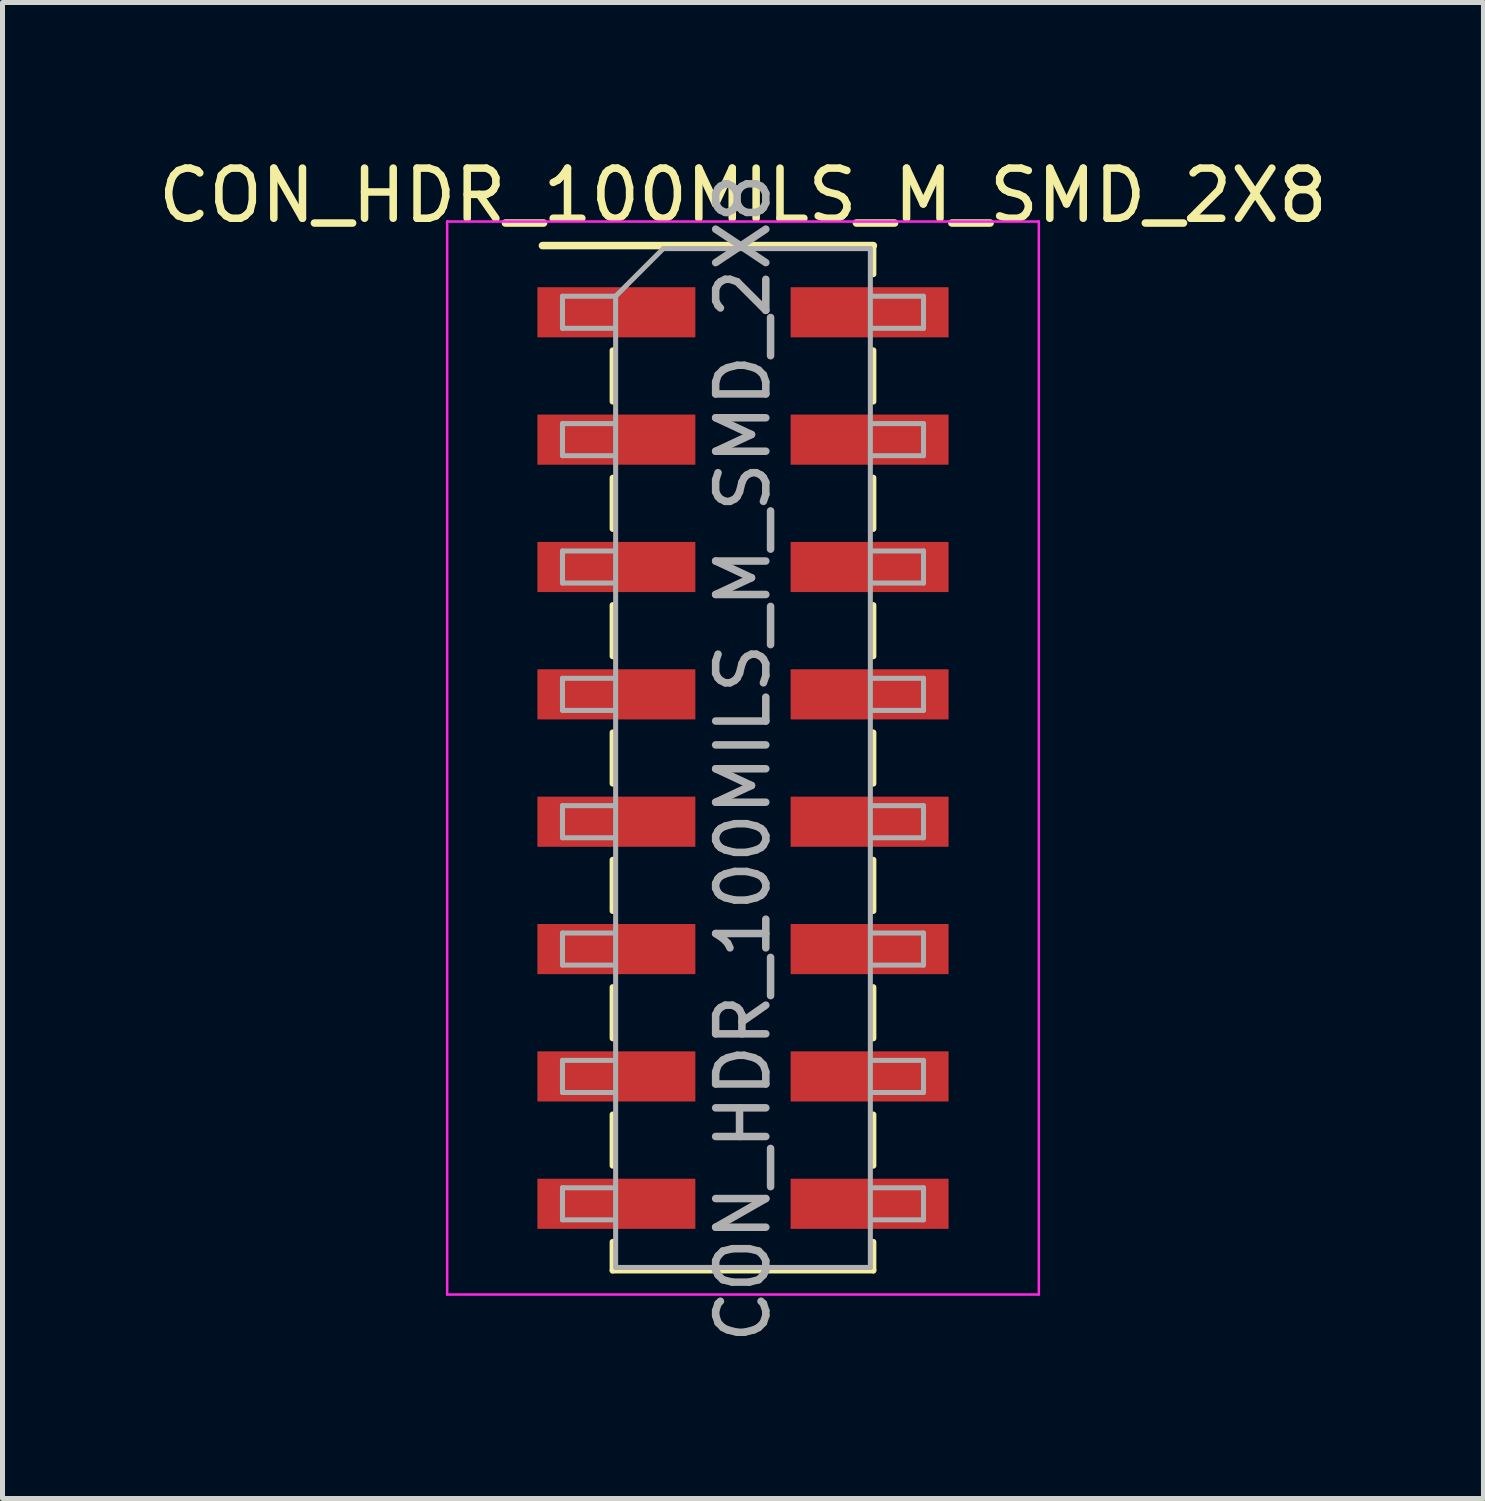
<source format=kicad_pcb>
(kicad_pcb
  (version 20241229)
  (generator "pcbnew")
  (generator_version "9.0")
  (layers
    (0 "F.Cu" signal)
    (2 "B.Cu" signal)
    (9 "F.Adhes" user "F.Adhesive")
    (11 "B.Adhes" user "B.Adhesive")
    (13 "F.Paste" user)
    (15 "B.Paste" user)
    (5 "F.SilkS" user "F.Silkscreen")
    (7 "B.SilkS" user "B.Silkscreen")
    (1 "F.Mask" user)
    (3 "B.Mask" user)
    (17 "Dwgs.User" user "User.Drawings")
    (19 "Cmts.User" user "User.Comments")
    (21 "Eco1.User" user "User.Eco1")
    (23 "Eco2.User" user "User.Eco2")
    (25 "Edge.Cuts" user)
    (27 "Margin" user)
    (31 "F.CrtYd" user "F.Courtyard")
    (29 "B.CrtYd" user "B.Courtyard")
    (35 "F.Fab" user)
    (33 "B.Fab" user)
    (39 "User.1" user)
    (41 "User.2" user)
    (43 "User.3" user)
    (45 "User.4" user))
  (footprint "CON_HDR_100MILS_M_SMD_2X8"
    (layer "F.Cu")
    (at 11.768 12.068)
    (property "Reference" "CON_HDR_100MILS_M_SMD_2X8" (at 0 -11.22 0) (layer "F.SilkS") (effects (font (size 1 1) (thickness 0.15))))
    (attr smd)
    (fp_line (start -4 -10.22) (end 2.6 -10.22) (stroke (width 0.15) (type solid)) (layer "F.SilkS"))
    (fp_line (start -2.6 -8.13) (end -2.6 -7.11) (stroke (width 0.12) (type solid)) (layer "F.SilkS"))
    (fp_line (start -2.6 -5.59) (end -2.6 -4.57) (stroke (width 0.12) (type solid)) (layer "F.SilkS"))
    (fp_line (start -2.6 -3.05) (end -2.6 -2.03) (stroke (width 0.12) (type solid)) (layer "F.SilkS"))
    (fp_line (start -2.6 -0.51) (end -2.6 0.51) (stroke (width 0.12) (type solid)) (layer "F.SilkS"))
    (fp_line (start -2.6 2.03) (end -2.6 3.05) (stroke (width 0.12) (type solid)) (layer "F.SilkS"))
    (fp_line (start -2.6 4.57) (end -2.6 5.59) (stroke (width 0.12) (type solid)) (layer "F.SilkS"))
    (fp_line (start -2.6 7.11) (end -2.6 8.13) (stroke (width 0.12) (type solid)) (layer "F.SilkS"))
    (fp_line (start -2.6 9.65) (end -2.6 10.22) (stroke (width 0.12) (type solid)) (layer "F.SilkS"))
    (fp_line (start -2.6 10.22) (end 2.6 10.22) (stroke (width 0.12) (type solid)) (layer "F.SilkS"))
    (fp_line (start 2.6 -10.22) (end 2.6 -9.65) (stroke (width 0.12) (type solid)) (layer "F.SilkS"))
    (fp_line (start 2.6 -8.13) (end 2.6 -7.11) (stroke (width 0.12) (type solid)) (layer "F.SilkS"))
    (fp_line (start 2.6 -5.59) (end 2.6 -4.57) (stroke (width 0.12) (type solid)) (layer "F.SilkS"))
    (fp_line (start 2.6 -3.05) (end 2.6 -2.03) (stroke (width 0.12) (type solid)) (layer "F.SilkS"))
    (fp_line (start 2.6 -0.51) (end 2.6 0.51) (stroke (width 0.12) (type solid)) (layer "F.SilkS"))
    (fp_line (start 2.6 2.03) (end 2.6 3.05) (stroke (width 0.12) (type solid)) (layer "F.SilkS"))
    (fp_line (start 2.6 4.57) (end 2.6 5.59) (stroke (width 0.12) (type solid)) (layer "F.SilkS"))
    (fp_line (start 2.6 7.11) (end 2.6 8.13) (stroke (width 0.12) (type solid)) (layer "F.SilkS"))
    (fp_line (start 2.6 9.65) (end 2.6 10.22) (stroke (width 0.12) (type solid)) (layer "F.SilkS"))
    (fp_line (start -5.9 -10.7) (end -5.9 10.7) (stroke (width 0.05) (type solid)) (layer "F.CrtYd"))
    (fp_line (start -5.9 10.7) (end 5.9 10.7) (stroke (width 0.05) (type solid)) (layer "F.CrtYd"))
    (fp_line (start 5.9 -10.7) (end -5.9 -10.7) (stroke (width 0.05) (type solid)) (layer "F.CrtYd"))
    (fp_line (start 5.9 10.7) (end 5.9 -10.7) (stroke (width 0.05) (type solid)) (layer "F.CrtYd"))
    (fp_line (start -3.6 -9.21) (end -3.6 -8.57) (stroke (width 0.1) (type solid)) (layer "F.Fab"))
    (fp_line (start -3.6 -8.57) (end -2.54 -8.57) (stroke (width 0.1) (type solid)) (layer "F.Fab"))
    (fp_line (start -3.6 -6.67) (end -3.6 -6.03) (stroke (width 0.1) (type solid)) (layer "F.Fab"))
    (fp_line (start -3.6 -6.03) (end -2.54 -6.03) (stroke (width 0.1) (type solid)) (layer "F.Fab"))
    (fp_line (start -3.6 -4.13) (end -3.6 -3.49) (stroke (width 0.1) (type solid)) (layer "F.Fab"))
    (fp_line (start -3.6 -3.49) (end -2.54 -3.49) (stroke (width 0.1) (type solid)) (layer "F.Fab"))
    (fp_line (start -3.6 -1.59) (end -3.6 -0.95) (stroke (width 0.1) (type solid)) (layer "F.Fab"))
    (fp_line (start -3.6 -0.95) (end -2.54 -0.95) (stroke (width 0.1) (type solid)) (layer "F.Fab"))
    (fp_line (start -3.6 0.95) (end -3.6 1.59) (stroke (width 0.1) (type solid)) (layer "F.Fab"))
    (fp_line (start -3.6 1.59) (end -2.54 1.59) (stroke (width 0.1) (type solid)) (layer "F.Fab"))
    (fp_line (start -3.6 3.49) (end -3.6 4.13) (stroke (width 0.1) (type solid)) (layer "F.Fab"))
    (fp_line (start -3.6 4.13) (end -2.54 4.13) (stroke (width 0.1) (type solid)) (layer "F.Fab"))
    (fp_line (start -3.6 6.03) (end -3.6 6.67) (stroke (width 0.1) (type solid)) (layer "F.Fab"))
    (fp_line (start -3.6 6.67) (end -2.54 6.67) (stroke (width 0.1) (type solid)) (layer "F.Fab"))
    (fp_line (start -3.6 8.57) (end -3.6 9.21) (stroke (width 0.1) (type solid)) (layer "F.Fab"))
    (fp_line (start -3.6 9.21) (end -2.54 9.21) (stroke (width 0.1) (type solid)) (layer "F.Fab"))
    (fp_line (start -2.54 -9.21) (end -3.6 -9.21) (stroke (width 0.1) (type solid)) (layer "F.Fab"))
    (fp_line (start -2.54 -9.21) (end -1.59 -10.16) (stroke (width 0.1) (type solid)) (layer "F.Fab"))
    (fp_line (start -2.54 -6.67) (end -3.6 -6.67) (stroke (width 0.1) (type solid)) (layer "F.Fab"))
    (fp_line (start -2.54 -4.13) (end -3.6 -4.13) (stroke (width 0.1) (type solid)) (layer "F.Fab"))
    (fp_line (start -2.54 -1.59) (end -3.6 -1.59) (stroke (width 0.1) (type solid)) (layer "F.Fab"))
    (fp_line (start -2.54 0.95) (end -3.6 0.95) (stroke (width 0.1) (type solid)) (layer "F.Fab"))
    (fp_line (start -2.54 3.49) (end -3.6 3.49) (stroke (width 0.1) (type solid)) (layer "F.Fab"))
    (fp_line (start -2.54 6.03) (end -3.6 6.03) (stroke (width 0.1) (type solid)) (layer "F.Fab"))
    (fp_line (start -2.54 8.57) (end -3.6 8.57) (stroke (width 0.1) (type solid)) (layer "F.Fab"))
    (fp_line (start -2.54 10.16) (end -2.54 -9.21) (stroke (width 0.1) (type solid)) (layer "F.Fab"))
    (fp_line (start -1.59 -10.16) (end 2.54 -10.16) (stroke (width 0.1) (type solid)) (layer "F.Fab"))
    (fp_line (start 2.54 -10.16) (end 2.54 10.16) (stroke (width 0.1) (type solid)) (layer "F.Fab"))
    (fp_line (start 2.54 -9.21) (end 3.6 -9.21) (stroke (width 0.1) (type solid)) (layer "F.Fab"))
    (fp_line (start 2.54 -6.67) (end 3.6 -6.67) (stroke (width 0.1) (type solid)) (layer "F.Fab"))
    (fp_line (start 2.54 -4.13) (end 3.6 -4.13) (stroke (width 0.1) (type solid)) (layer "F.Fab"))
    (fp_line (start 2.54 -1.59) (end 3.6 -1.59) (stroke (width 0.1) (type solid)) (layer "F.Fab"))
    (fp_line (start 2.54 0.95) (end 3.6 0.95) (stroke (width 0.1) (type solid)) (layer "F.Fab"))
    (fp_line (start 2.54 3.49) (end 3.6 3.49) (stroke (width 0.1) (type solid)) (layer "F.Fab"))
    (fp_line (start 2.54 6.03) (end 3.6 6.03) (stroke (width 0.1) (type solid)) (layer "F.Fab"))
    (fp_line (start 2.54 8.57) (end 3.6 8.57) (stroke (width 0.1) (type solid)) (layer "F.Fab"))
    (fp_line (start 2.54 10.16) (end -2.54 10.16) (stroke (width 0.1) (type solid)) (layer "F.Fab"))
    (fp_line (start 3.6 -9.21) (end 3.6 -8.57) (stroke (width 0.1) (type solid)) (layer "F.Fab"))
    (fp_line (start 3.6 -8.57) (end 2.54 -8.57) (stroke (width 0.1) (type solid)) (layer "F.Fab"))
    (fp_line (start 3.6 -6.67) (end 3.6 -6.03) (stroke (width 0.1) (type solid)) (layer "F.Fab"))
    (fp_line (start 3.6 -6.03) (end 2.54 -6.03) (stroke (width 0.1) (type solid)) (layer "F.Fab"))
    (fp_line (start 3.6 -4.13) (end 3.6 -3.49) (stroke (width 0.1) (type solid)) (layer "F.Fab"))
    (fp_line (start 3.6 -3.49) (end 2.54 -3.49) (stroke (width 0.1) (type solid)) (layer "F.Fab"))
    (fp_line (start 3.6 -1.59) (end 3.6 -0.95) (stroke (width 0.1) (type solid)) (layer "F.Fab"))
    (fp_line (start 3.6 -0.95) (end 2.54 -0.95) (stroke (width 0.1) (type solid)) (layer "F.Fab"))
    (fp_line (start 3.6 0.95) (end 3.6 1.59) (stroke (width 0.1) (type solid)) (layer "F.Fab"))
    (fp_line (start 3.6 1.59) (end 2.54 1.59) (stroke (width 0.1) (type solid)) (layer "F.Fab"))
    (fp_line (start 3.6 3.49) (end 3.6 4.13) (stroke (width 0.1) (type solid)) (layer "F.Fab"))
    (fp_line (start 3.6 4.13) (end 2.54 4.13) (stroke (width 0.1) (type solid)) (layer "F.Fab"))
    (fp_line (start 3.6 6.03) (end 3.6 6.67) (stroke (width 0.1) (type solid)) (layer "F.Fab"))
    (fp_line (start 3.6 6.67) (end 2.54 6.67) (stroke (width 0.1) (type solid)) (layer "F.Fab"))
    (fp_line (start 3.6 8.57) (end 3.6 9.21) (stroke (width 0.1) (type solid)) (layer "F.Fab"))
    (fp_line (start 3.6 9.21) (end 2.54 9.21) (stroke (width 0.1) (type solid)) (layer "F.Fab"))
    (fp_text user "${REFERENCE}" (at 0 0 90) (layer "F.Fab") (effects (font (size 1 1) (thickness 0.15))))
    (pad "1" smd rect (at -2.525 -8.89) (size 3.15 1) (layers "F.Cu" "F.Mask" "F.Paste"))
    (pad "2" smd rect (at 2.525 -8.89) (size 3.15 1) (layers "F.Cu" "F.Mask" "F.Paste"))
    (pad "3" smd rect (at -2.525 -6.35) (size 3.15 1) (layers "F.Cu" "F.Mask" "F.Paste"))
    (pad "4" smd rect (at 2.525 -6.35) (size 3.15 1) (layers "F.Cu" "F.Mask" "F.Paste"))
    (pad "5" smd rect (at -2.525 -3.81) (size 3.15 1) (layers "F.Cu" "F.Mask" "F.Paste"))
    (pad "6" smd rect (at 2.525 -3.81) (size 3.15 1) (layers "F.Cu" "F.Mask" "F.Paste"))
    (pad "7" smd rect (at -2.525 -1.27) (size 3.15 1) (layers "F.Cu" "F.Mask" "F.Paste"))
    (pad "8" smd rect (at 2.525 -1.27) (size 3.15 1) (layers "F.Cu" "F.Mask" "F.Paste"))
    (pad "9" smd rect (at -2.525 1.27) (size 3.15 1) (layers "F.Cu" "F.Mask" "F.Paste"))
    (pad "10" smd rect (at 2.525 1.27) (size 3.15 1) (layers "F.Cu" "F.Mask" "F.Paste"))
    (pad "11" smd rect (at -2.525 3.81) (size 3.15 1) (layers "F.Cu" "F.Mask" "F.Paste"))
    (pad "12" smd rect (at 2.525 3.81) (size 3.15 1) (layers "F.Cu" "F.Mask" "F.Paste"))
    (pad "13" smd rect (at -2.525 6.35) (size 3.15 1) (layers "F.Cu" "F.Mask" "F.Paste"))
    (pad "14" smd rect (at 2.525 6.35) (size 3.15 1) (layers "F.Cu" "F.Mask" "F.Paste"))
    (pad "15" smd rect (at -2.525 8.89) (size 3.15 1) (layers "F.Cu" "F.Mask" "F.Paste"))
    (pad "16" smd rect (at 2.525 8.89) (size 3.15 1) (layers "F.Cu" "F.Mask" "F.Paste")))
  (gr_rect
    (start -3 -3)
    (end 26.536 26.836)
    (stroke (width 0.1) (type default))
    (fill no)
    (layer "Edge.Cuts")))
</source>
